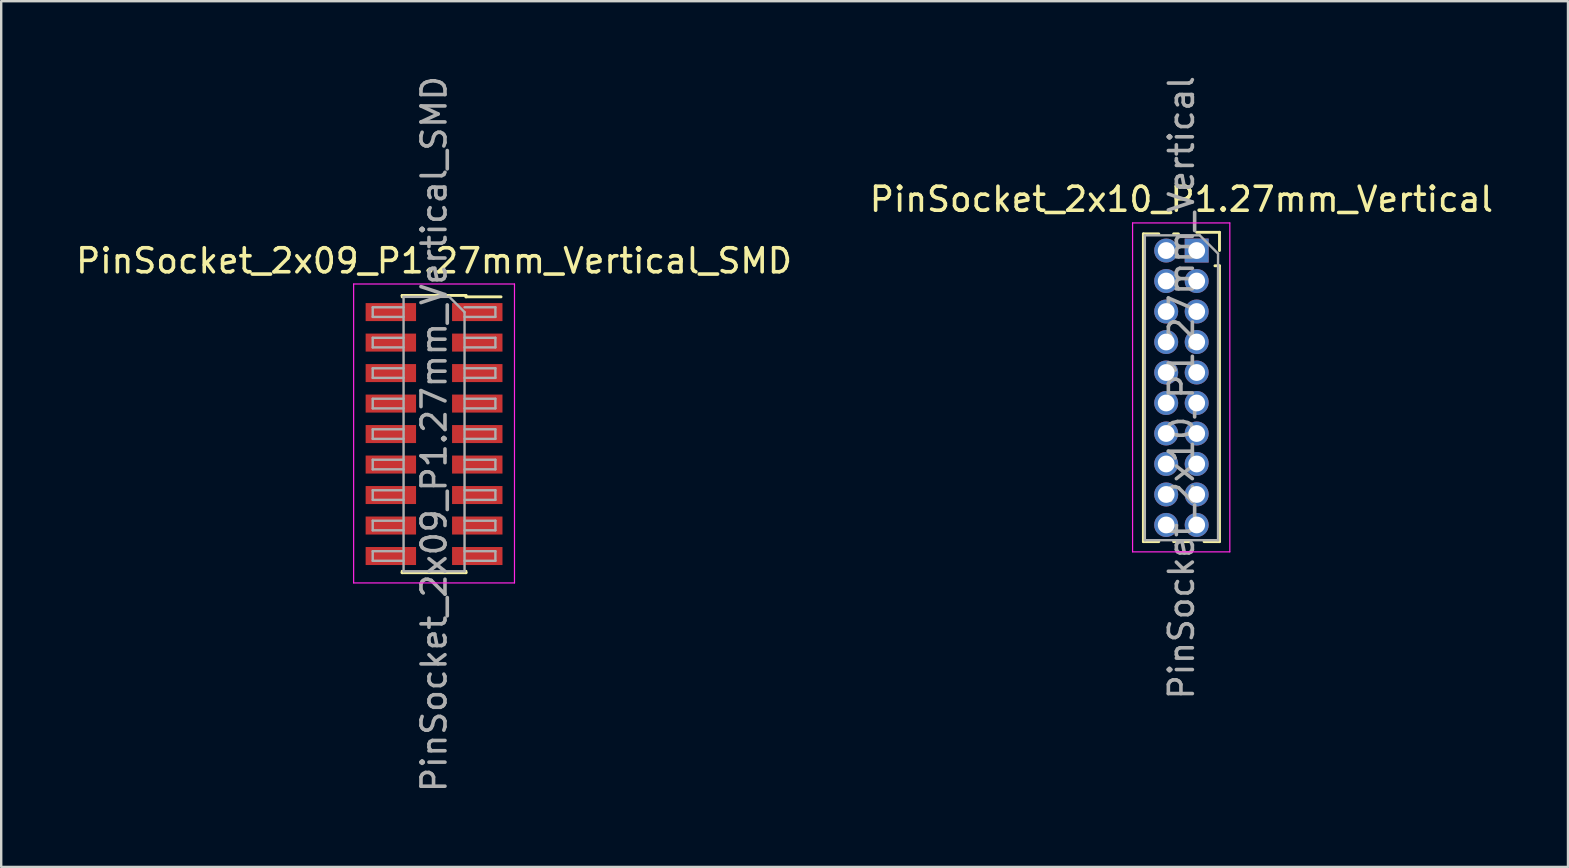
<source format=kicad_pcb>
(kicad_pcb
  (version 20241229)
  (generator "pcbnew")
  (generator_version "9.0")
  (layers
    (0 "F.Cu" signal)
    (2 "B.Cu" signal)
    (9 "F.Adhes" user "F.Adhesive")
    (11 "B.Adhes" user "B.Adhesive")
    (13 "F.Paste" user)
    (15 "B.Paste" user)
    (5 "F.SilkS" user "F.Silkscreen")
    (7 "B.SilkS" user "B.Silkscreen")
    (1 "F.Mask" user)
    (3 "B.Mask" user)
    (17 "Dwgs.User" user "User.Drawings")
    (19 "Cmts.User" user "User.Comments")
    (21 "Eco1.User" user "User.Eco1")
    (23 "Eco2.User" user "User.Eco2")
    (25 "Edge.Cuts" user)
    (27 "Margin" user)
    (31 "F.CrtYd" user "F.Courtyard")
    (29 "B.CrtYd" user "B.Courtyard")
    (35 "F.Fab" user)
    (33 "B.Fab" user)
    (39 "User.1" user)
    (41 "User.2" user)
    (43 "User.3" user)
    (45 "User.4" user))
  (footprint "PinSocket_2x09_P1.27mm_Vertical_SMD"
    (layer "F.Cu")
    (at 15.03 15.03)
    (property "Reference" "PinSocket_2x09_P1.27mm_Vertical_SMD" (at 0 -7.215 0) (layer "F.SilkS") (effects (font (size 1 1) (thickness 0.15))))
    (attr smd)
    (fp_line (start -1.33 -5.775) (end -1.33 -5.715) (stroke (width 0.12) (type solid)) (layer "F.SilkS"))
    (fp_line (start -1.33 -5.775) (end 1.33 -5.775) (stroke (width 0.12) (type solid)) (layer "F.SilkS"))
    (fp_line (start -1.33 5.715) (end -1.33 5.775) (stroke (width 0.12) (type solid)) (layer "F.SilkS"))
    (fp_line (start -1.33 5.775) (end 1.33 5.775) (stroke (width 0.12) (type solid)) (layer "F.SilkS"))
    (fp_line (start 1.33 -5.775) (end 1.33 -5.715) (stroke (width 0.12) (type solid)) (layer "F.SilkS"))
    (fp_line (start 1.33 -5.715) (end 2.79 -5.715) (stroke (width 0.12) (type solid)) (layer "F.SilkS"))
    (fp_line (start 1.33 5.715) (end 1.33 5.775) (stroke (width 0.12) (type solid)) (layer "F.SilkS"))
    (fp_line (start -3.35 -6.25) (end 3.35 -6.25) (stroke (width 0.05) (type solid)) (layer "F.CrtYd"))
    (fp_line (start -3.35 6.2) (end -3.35 -6.25) (stroke (width 0.05) (type solid)) (layer "F.CrtYd"))
    (fp_line (start 3.35 -6.25) (end 3.35 6.2) (stroke (width 0.05) (type solid)) (layer "F.CrtYd"))
    (fp_line (start 3.35 6.2) (end -3.35 6.2) (stroke (width 0.05) (type solid)) (layer "F.CrtYd"))
    (fp_line (start -2.555 -5.28) (end -1.27 -5.28) (stroke (width 0.1) (type solid)) (layer "F.Fab"))
    (fp_line (start -2.555 -4.88) (end -2.555 -5.28) (stroke (width 0.1) (type solid)) (layer "F.Fab"))
    (fp_line (start -2.555 -4.01) (end -1.27 -4.01) (stroke (width 0.1) (type solid)) (layer "F.Fab"))
    (fp_line (start -2.555 -3.61) (end -2.555 -4.01) (stroke (width 0.1) (type solid)) (layer "F.Fab"))
    (fp_line (start -2.555 -2.74) (end -1.27 -2.74) (stroke (width 0.1) (type solid)) (layer "F.Fab"))
    (fp_line (start -2.555 -2.34) (end -2.555 -2.74) (stroke (width 0.1) (type solid)) (layer "F.Fab"))
    (fp_line (start -2.555 -1.47) (end -1.27 -1.47) (stroke (width 0.1) (type solid)) (layer "F.Fab"))
    (fp_line (start -2.555 -1.07) (end -2.555 -1.47) (stroke (width 0.1) (type solid)) (layer "F.Fab"))
    (fp_line (start -2.555 -0.2) (end -1.27 -0.2) (stroke (width 0.1) (type solid)) (layer "F.Fab"))
    (fp_line (start -2.555 0.2) (end -2.555 -0.2) (stroke (width 0.1) (type solid)) (layer "F.Fab"))
    (fp_line (start -2.555 1.07) (end -1.27 1.07) (stroke (width 0.1) (type solid)) (layer "F.Fab"))
    (fp_line (start -2.555 1.47) (end -2.555 1.07) (stroke (width 0.1) (type solid)) (layer "F.Fab"))
    (fp_line (start -2.555 2.34) (end -1.27 2.34) (stroke (width 0.1) (type solid)) (layer "F.Fab"))
    (fp_line (start -2.555 2.74) (end -2.555 2.34) (stroke (width 0.1) (type solid)) (layer "F.Fab"))
    (fp_line (start -2.555 3.61) (end -1.27 3.61) (stroke (width 0.1) (type solid)) (layer "F.Fab"))
    (fp_line (start -2.555 4.01) (end -2.555 3.61) (stroke (width 0.1) (type solid)) (layer "F.Fab"))
    (fp_line (start -2.555 4.88) (end -1.27 4.88) (stroke (width 0.1) (type solid)) (layer "F.Fab"))
    (fp_line (start -2.555 5.28) (end -2.555 4.88) (stroke (width 0.1) (type solid)) (layer "F.Fab"))
    (fp_line (start -1.27 -5.715) (end 0.635 -5.715) (stroke (width 0.1) (type solid)) (layer "F.Fab"))
    (fp_line (start -1.27 -4.88) (end -2.555 -4.88) (stroke (width 0.1) (type solid)) (layer "F.Fab"))
    (fp_line (start -1.27 -3.61) (end -2.555 -3.61) (stroke (width 0.1) (type solid)) (layer "F.Fab"))
    (fp_line (start -1.27 -2.34) (end -2.555 -2.34) (stroke (width 0.1) (type solid)) (layer "F.Fab"))
    (fp_line (start -1.27 -1.07) (end -2.555 -1.07) (stroke (width 0.1) (type solid)) (layer "F.Fab"))
    (fp_line (start -1.27 0.2) (end -2.555 0.2) (stroke (width 0.1) (type solid)) (layer "F.Fab"))
    (fp_line (start -1.27 1.47) (end -2.555 1.47) (stroke (width 0.1) (type solid)) (layer "F.Fab"))
    (fp_line (start -1.27 2.74) (end -2.555 2.74) (stroke (width 0.1) (type solid)) (layer "F.Fab"))
    (fp_line (start -1.27 4.01) (end -2.555 4.01) (stroke (width 0.1) (type solid)) (layer "F.Fab"))
    (fp_line (start -1.27 5.28) (end -2.555 5.28) (stroke (width 0.1) (type solid)) (layer "F.Fab"))
    (fp_line (start -1.27 5.715) (end -1.27 -5.715) (stroke (width 0.1) (type solid)) (layer "F.Fab"))
    (fp_line (start 0.635 -5.715) (end 1.27 -5.08) (stroke (width 0.1) (type solid)) (layer "F.Fab"))
    (fp_line (start 1.27 -5.28) (end 2.555 -5.28) (stroke (width 0.1) (type solid)) (layer "F.Fab"))
    (fp_line (start 1.27 -5.08) (end 1.27 5.715) (stroke (width 0.1) (type solid)) (layer "F.Fab"))
    (fp_line (start 1.27 -4.01) (end 2.555 -4.01) (stroke (width 0.1) (type solid)) (layer "F.Fab"))
    (fp_line (start 1.27 -2.74) (end 2.555 -2.74) (stroke (width 0.1) (type solid)) (layer "F.Fab"))
    (fp_line (start 1.27 -1.47) (end 2.555 -1.47) (stroke (width 0.1) (type solid)) (layer "F.Fab"))
    (fp_line (start 1.27 -0.2) (end 2.555 -0.2) (stroke (width 0.1) (type solid)) (layer "F.Fab"))
    (fp_line (start 1.27 1.07) (end 2.555 1.07) (stroke (width 0.1) (type solid)) (layer "F.Fab"))
    (fp_line (start 1.27 2.34) (end 2.555 2.34) (stroke (width 0.1) (type solid)) (layer "F.Fab"))
    (fp_line (start 1.27 3.61) (end 2.555 3.61) (stroke (width 0.1) (type solid)) (layer "F.Fab"))
    (fp_line (start 1.27 4.88) (end 2.555 4.88) (stroke (width 0.1) (type solid)) (layer "F.Fab"))
    (fp_line (start 1.27 5.715) (end -1.27 5.715) (stroke (width 0.1) (type solid)) (layer "F.Fab"))
    (fp_line (start 2.555 -5.28) (end 2.555 -4.88) (stroke (width 0.1) (type solid)) (layer "F.Fab"))
    (fp_line (start 2.555 -4.88) (end 1.27 -4.88) (stroke (width 0.1) (type solid)) (layer "F.Fab"))
    (fp_line (start 2.555 -4.01) (end 2.555 -3.61) (stroke (width 0.1) (type solid)) (layer "F.Fab"))
    (fp_line (start 2.555 -3.61) (end 1.27 -3.61) (stroke (width 0.1) (type solid)) (layer "F.Fab"))
    (fp_line (start 2.555 -2.74) (end 2.555 -2.34) (stroke (width 0.1) (type solid)) (layer "F.Fab"))
    (fp_line (start 2.555 -2.34) (end 1.27 -2.34) (stroke (width 0.1) (type solid)) (layer "F.Fab"))
    (fp_line (start 2.555 -1.47) (end 2.555 -1.07) (stroke (width 0.1) (type solid)) (layer "F.Fab"))
    (fp_line (start 2.555 -1.07) (end 1.27 -1.07) (stroke (width 0.1) (type solid)) (layer "F.Fab"))
    (fp_line (start 2.555 -0.2) (end 2.555 0.2) (stroke (width 0.1) (type solid)) (layer "F.Fab"))
    (fp_line (start 2.555 0.2) (end 1.27 0.2) (stroke (width 0.1) (type solid)) (layer "F.Fab"))
    (fp_line (start 2.555 1.07) (end 2.555 1.47) (stroke (width 0.1) (type solid)) (layer "F.Fab"))
    (fp_line (start 2.555 1.47) (end 1.27 1.47) (stroke (width 0.1) (type solid)) (layer "F.Fab"))
    (fp_line (start 2.555 2.34) (end 2.555 2.74) (stroke (width 0.1) (type solid)) (layer "F.Fab"))
    (fp_line (start 2.555 2.74) (end 1.27 2.74) (stroke (width 0.1) (type solid)) (layer "F.Fab"))
    (fp_line (start 2.555 3.61) (end 2.555 4.01) (stroke (width 0.1) (type solid)) (layer "F.Fab"))
    (fp_line (start 2.555 4.01) (end 1.27 4.01) (stroke (width 0.1) (type solid)) (layer "F.Fab"))
    (fp_line (start 2.555 4.88) (end 2.555 5.28) (stroke (width 0.1) (type solid)) (layer "F.Fab"))
    (fp_line (start 2.555 5.28) (end 1.27 5.28) (stroke (width 0.1) (type solid)) (layer "F.Fab"))
    (fp_text user "${REFERENCE}" (at 0 0 90) (layer "F.Fab") (effects (font (size 1 1) (thickness 0.15))))
    (pad "1" smd rect (at 1.8 -5.08) (size 2.1 0.75) (layers "F.Cu" "F.Mask" "F.Paste"))
    (pad "2" smd rect (at -1.8 -5.08) (size 2.1 0.75) (layers "F.Cu" "F.Mask" "F.Paste"))
    (pad "3" smd rect (at 1.8 -3.81) (size 2.1 0.75) (layers "F.Cu" "F.Mask" "F.Paste"))
    (pad "4" smd rect (at -1.8 -3.81) (size 2.1 0.75) (layers "F.Cu" "F.Mask" "F.Paste"))
    (pad "5" smd rect (at 1.8 -2.54) (size 2.1 0.75) (layers "F.Cu" "F.Mask" "F.Paste"))
    (pad "6" smd rect (at -1.8 -2.54) (size 2.1 0.75) (layers "F.Cu" "F.Mask" "F.Paste"))
    (pad "7" smd rect (at 1.8 -1.27) (size 2.1 0.75) (layers "F.Cu" "F.Mask" "F.Paste"))
    (pad "8" smd rect (at -1.8 -1.27) (size 2.1 0.75) (layers "F.Cu" "F.Mask" "F.Paste"))
    (pad "9" smd rect (at 1.8 0) (size 2.1 0.75) (layers "F.Cu" "F.Mask" "F.Paste"))
    (pad "10" smd rect (at -1.8 0) (size 2.1 0.75) (layers "F.Cu" "F.Mask" "F.Paste"))
    (pad "11" smd rect (at 1.8 1.27) (size 2.1 0.75) (layers "F.Cu" "F.Mask" "F.Paste"))
    (pad "12" smd rect (at -1.8 1.27) (size 2.1 0.75) (layers "F.Cu" "F.Mask" "F.Paste"))
    (pad "13" smd rect (at 1.8 2.54) (size 2.1 0.75) (layers "F.Cu" "F.Mask" "F.Paste"))
    (pad "14" smd rect (at -1.8 2.54) (size 2.1 0.75) (layers "F.Cu" "F.Mask" "F.Paste"))
    (pad "15" smd rect (at 1.8 3.81) (size 2.1 0.75) (layers "F.Cu" "F.Mask" "F.Paste"))
    (pad "16" smd rect (at -1.8 3.81) (size 2.1 0.75) (layers "F.Cu" "F.Mask" "F.Paste"))
    (pad "17" smd rect (at 1.8 5.08) (size 2.1 0.75) (layers "F.Cu" "F.Mask" "F.Paste"))
    (pad "18" smd rect (at -1.8 5.08) (size 2.1 0.75) (layers "F.Cu" "F.Mask" "F.Paste")))
  (footprint "PinSocket_2x10_P1.27mm_Vertical"
    (layer "F.Cu")
    (at 46.796 7.386)
    (property "Reference" "PinSocket_2x10_P1.27mm_Vertical" (at -0.635 -2.135 0) (layer "F.SilkS") (effects (font (size 1 1) (thickness 0.15))))
    (attr through_hole)
    (fp_line (start -2.22 -0.695) (end -2.22 12.125) (stroke (width 0.12) (type solid)) (layer "F.SilkS"))
    (fp_line (start -2.22 -0.695) (end -1.578 -0.695) (stroke (width 0.12) (type solid)) (layer "F.SilkS"))
    (fp_line (start -2.22 12.125) (end -1.578 12.125) (stroke (width 0.12) (type solid)) (layer "F.SilkS"))
    (fp_line (start -0.962 -0.695) (end -0.76 -0.695) (stroke (width 0.12) (type solid)) (layer "F.SilkS"))
    (fp_line (start -0.962 12.125) (end -0.308 12.125) (stroke (width 0.12) (type solid)) (layer "F.SilkS"))
    (fp_line (start 0 -0.76) (end 0.95 -0.76) (stroke (width 0.12) (type solid)) (layer "F.SilkS"))
    (fp_line (start 0.308 12.125) (end 0.95 12.125) (stroke (width 0.12) (type solid)) (layer "F.SilkS"))
    (fp_line (start 0.76 0.635) (end 0.95 0.635) (stroke (width 0.12) (type solid)) (layer "F.SilkS"))
    (fp_line (start 0.95 -0.76) (end 0.95 0) (stroke (width 0.12) (type solid)) (layer "F.SilkS"))
    (fp_line (start 0.95 0.635) (end 0.95 12.125) (stroke (width 0.12) (type solid)) (layer "F.SilkS"))
    (fp_line (start -2.67 -1.15) (end 1.38 -1.15) (stroke (width 0.05) (type solid)) (layer "F.CrtYd"))
    (fp_line (start -2.67 12.55) (end -2.67 -1.15) (stroke (width 0.05) (type solid)) (layer "F.CrtYd"))
    (fp_line (start 1.38 -1.15) (end 1.38 12.55) (stroke (width 0.05) (type solid)) (layer "F.CrtYd"))
    (fp_line (start 1.38 12.55) (end -2.67 12.55) (stroke (width 0.05) (type solid)) (layer "F.CrtYd"))
    (fp_line (start -2.16 -0.635) (end 0.128 -0.635) (stroke (width 0.1) (type solid)) (layer "F.Fab"))
    (fp_line (start -2.16 12.065) (end -2.16 -0.635) (stroke (width 0.1) (type solid)) (layer "F.Fab"))
    (fp_line (start 0.128 -0.635) (end 0.89 0.128) (stroke (width 0.1) (type solid)) (layer "F.Fab"))
    (fp_line (start 0.89 0.128) (end 0.89 12.065) (stroke (width 0.1) (type solid)) (layer "F.Fab"))
    (fp_line (start 0.89 12.065) (end -2.16 12.065) (stroke (width 0.1) (type solid)) (layer "F.Fab"))
    (fp_text user "${REFERENCE}" (at -0.635 5.715 90) (layer "F.Fab") (effects (font (size 1 1) (thickness 0.15))))
    (pad "1" thru_hole rect (at 0 0) (size 1 1) (drill 0.7) (layers "*.Cu" "*.Mask"))
    (pad "2" thru_hole oval (at -1.27 0) (size 1 1) (drill 0.7) (layers "*.Cu" "*.Mask"))
    (pad "3" thru_hole oval (at 0 1.27) (size 1 1) (drill 0.7) (layers "*.Cu" "*.Mask"))
    (pad "4" thru_hole oval (at -1.27 1.27) (size 1 1) (drill 0.7) (layers "*.Cu" "*.Mask"))
    (pad "5" thru_hole oval (at 0 2.54) (size 1 1) (drill 0.7) (layers "*.Cu" "*.Mask"))
    (pad "6" thru_hole oval (at -1.27 2.54) (size 1 1) (drill 0.7) (layers "*.Cu" "*.Mask"))
    (pad "7" thru_hole oval (at 0 3.81) (size 1 1) (drill 0.7) (layers "*.Cu" "*.Mask"))
    (pad "8" thru_hole oval (at -1.27 3.81) (size 1 1) (drill 0.7) (layers "*.Cu" "*.Mask"))
    (pad "9" thru_hole oval (at 0 5.08) (size 1 1) (drill 0.7) (layers "*.Cu" "*.Mask"))
    (pad "10" thru_hole oval (at -1.27 5.08) (size 1 1) (drill 0.7) (layers "*.Cu" "*.Mask"))
    (pad "11" thru_hole oval (at 0 6.35) (size 1 1) (drill 0.7) (layers "*.Cu" "*.Mask"))
    (pad "12" thru_hole oval (at -1.27 6.35) (size 1 1) (drill 0.7) (layers "*.Cu" "*.Mask"))
    (pad "13" thru_hole oval (at 0 7.62) (size 1 1) (drill 0.7) (layers "*.Cu" "*.Mask"))
    (pad "14" thru_hole oval (at -1.27 7.62) (size 1 1) (drill 0.7) (layers "*.Cu" "*.Mask"))
    (pad "15" thru_hole oval (at 0 8.89) (size 1 1) (drill 0.7) (layers "*.Cu" "*.Mask"))
    (pad "16" thru_hole oval (at -1.27 8.89) (size 1 1) (drill 0.7) (layers "*.Cu" "*.Mask"))
    (pad "17" thru_hole oval (at 0 10.16) (size 1 1) (drill 0.7) (layers "*.Cu" "*.Mask"))
    (pad "18" thru_hole oval (at -1.27 10.16) (size 1 1) (drill 0.7) (layers "*.Cu" "*.Mask"))
    (pad "19" thru_hole oval (at 0 11.43) (size 1 1) (drill 0.7) (layers "*.Cu" "*.Mask"))
    (pad "20" thru_hole oval (at -1.27 11.43) (size 1 1) (drill 0.7) (layers "*.Cu" "*.Mask")))
  (gr_rect
    (start -3 -3)
    (end 62.262 33.06)
    (stroke (width 0.1) (type default))
    (fill no)
    (layer "Edge.Cuts")))
</source>
